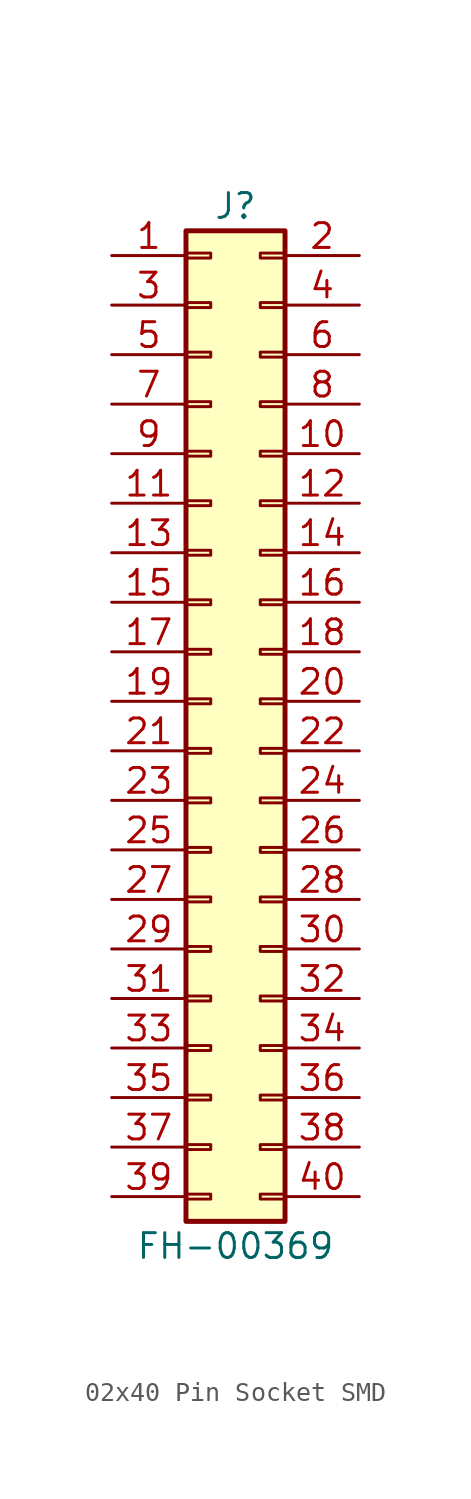
<source format=kicad_sym>
(kicad_symbol_lib
  (version 20231120)
  (generator "kicad_symbol_editor")
  (generator_version "8.0")
  (symbol "02x40 Pin Socket SMD"
    (pin_names
      (offset 1.016) hide)
    (property "Reference" "J"
      (at 1.27 25.4 0)
      (effects (font (size 1.27 1.27))))
    (property "Value" "FH-00369 "
      (at 1.27 -27.94 0)
      (effects (font (size 1.27 1.27))))
    (symbol "02x40 Pin Socket SMD_1_1"
      (rectangle (start -1.27 -25.273) (end 0 -25.527) (stroke (width 0.152) (type default)) (fill (type none)))
      (rectangle (start -1.27 -22.733) (end 0 -22.987) (stroke (width 0.152) (type default)) (fill (type none)))
      (rectangle (start -1.27 -20.193) (end 0 -20.447) (stroke (width 0.152) (type default)) (fill (type none)))
      (rectangle (start -1.27 -17.653) (end 0 -17.907) (stroke (width 0.152) (type default)) (fill (type none)))
      (rectangle (start -1.27 -15.113) (end 0 -15.367) (stroke (width 0.152) (type default)) (fill (type none)))
      (rectangle (start -1.27 -12.573) (end 0 -12.827) (stroke (width 0.152) (type default)) (fill (type none)))
      (rectangle (start -1.27 -10.033) (end 0 -10.287) (stroke (width 0.152) (type default)) (fill (type none)))
      (rectangle (start -1.27 -7.493) (end 0 -7.747) (stroke (width 0.152) (type default)) (fill (type none)))
      (rectangle (start -1.27 -4.953) (end 0 -5.207) (stroke (width 0.152) (type default)) (fill (type none)))
      (rectangle (start -1.27 -2.413) (end 0 -2.667) (stroke (width 0.152) (type default)) (fill (type none)))
      (rectangle (start -1.27 0.127) (end 0 -0.127) (stroke (width 0.152) (type default)) (fill (type none)))
      (rectangle (start -1.27 2.667) (end 0 2.413) (stroke (width 0.152) (type default)) (fill (type none)))
      (rectangle (start -1.27 5.207) (end 0 4.953) (stroke (width 0.152) (type default)) (fill (type none)))
      (rectangle (start -1.27 7.747) (end 0 7.493) (stroke (width 0.152) (type default)) (fill (type none)))
      (rectangle (start -1.27 10.287) (end 0 10.033) (stroke (width 0.152) (type default)) (fill (type none)))
      (rectangle (start -1.27 12.827) (end 0 12.573) (stroke (width 0.152) (type default)) (fill (type none)))
      (rectangle (start -1.27 15.367) (end 0 15.113) (stroke (width 0.152) (type default)) (fill (type none)))
      (rectangle (start -1.27 17.907) (end 0 17.653) (stroke (width 0.152) (type default)) (fill (type none)))
      (rectangle (start -1.27 20.447) (end 0 20.193) (stroke (width 0.152) (type default)) (fill (type none)))
      (rectangle (start -1.27 22.987) (end 0 22.733) (stroke (width 0.152) (type default)) (fill (type none)))
      (rectangle (start -1.27 24.13) (end 3.81 -26.67) (stroke (width 0.254) (type default)) (fill (type background)))
      (rectangle (start 3.81 -25.273) (end 2.54 -25.527) (stroke (width 0.152) (type default)) (fill (type none)))
      (rectangle (start 3.81 -22.733) (end 2.54 -22.987) (stroke (width 0.152) (type default)) (fill (type none)))
      (rectangle (start 3.81 -20.193) (end 2.54 -20.447) (stroke (width 0.152) (type default)) (fill (type none)))
      (rectangle (start 3.81 -17.653) (end 2.54 -17.907) (stroke (width 0.152) (type default)) (fill (type none)))
      (rectangle (start 3.81 -15.113) (end 2.54 -15.367) (stroke (width 0.152) (type default)) (fill (type none)))
      (rectangle (start 3.81 -12.573) (end 2.54 -12.827) (stroke (width 0.152) (type default)) (fill (type none)))
      (rectangle (start 3.81 -10.033) (end 2.54 -10.287) (stroke (width 0.152) (type default)) (fill (type none)))
      (rectangle (start 3.81 -7.493) (end 2.54 -7.747) (stroke (width 0.152) (type default)) (fill (type none)))
      (rectangle (start 3.81 -4.953) (end 2.54 -5.207) (stroke (width 0.152) (type default)) (fill (type none)))
      (rectangle (start 3.81 -2.413) (end 2.54 -2.667) (stroke (width 0.152) (type default)) (fill (type none)))
      (rectangle (start 3.81 0.127) (end 2.54 -0.127) (stroke (width 0.152) (type default)) (fill (type none)))
      (rectangle (start 3.81 2.667) (end 2.54 2.413) (stroke (width 0.152) (type default)) (fill (type none)))
      (rectangle (start 3.81 5.207) (end 2.54 4.953) (stroke (width 0.152) (type default)) (fill (type none)))
      (rectangle (start 3.81 7.747) (end 2.54 7.493) (stroke (width 0.152) (type default)) (fill (type none)))
      (rectangle (start 3.81 10.287) (end 2.54 10.033) (stroke (width 0.152) (type default)) (fill (type none)))
      (rectangle (start 3.81 12.827) (end 2.54 12.573) (stroke (width 0.152) (type default)) (fill (type none)))
      (rectangle (start 3.81 15.367) (end 2.54 15.113) (stroke (width 0.152) (type default)) (fill (type none)))
      (rectangle (start 3.81 17.907) (end 2.54 17.653) (stroke (width 0.152) (type default)) (fill (type none)))
      (rectangle (start 3.81 20.447) (end 2.54 20.193) (stroke (width 0.152) (type default)) (fill (type none)))
      (rectangle (start 3.81 22.987) (end 2.54 22.733) (stroke (width 0.152) (type default)) (fill (type none)))
      (pin passive line (at -5.08 22.86 0) (length 3.81) (name "Pin_1" (effects (font (size 1.27 1.27)))) (number "1" (effects (font (size 1.27 1.27)))))
      (pin passive line (at 7.62 12.7 180) (length 3.81) (name "Pin_10" (effects (font (size 1.27 1.27)))) (number "10" (effects (font (size 1.27 1.27)))))
      (pin passive line (at -5.08 10.16 0) (length 3.81) (name "Pin_11" (effects (font (size 1.27 1.27)))) (number "11" (effects (font (size 1.27 1.27)))))
      (pin passive line (at 7.62 10.16 180) (length 3.81) (name "Pin_12" (effects (font (size 1.27 1.27)))) (number "12" (effects (font (size 1.27 1.27)))))
      (pin passive line (at -5.08 7.62 0) (length 3.81) (name "Pin_13" (effects (font (size 1.27 1.27)))) (number "13" (effects (font (size 1.27 1.27)))))
      (pin passive line (at 7.62 7.62 180) (length 3.81) (name "Pin_14" (effects (font (size 1.27 1.27)))) (number "14" (effects (font (size 1.27 1.27)))))
      (pin passive line (at -5.08 5.08 0) (length 3.81) (name "Pin_15" (effects (font (size 1.27 1.27)))) (number "15" (effects (font (size 1.27 1.27)))))
      (pin passive line (at 7.62 5.08 180) (length 3.81) (name "Pin_16" (effects (font (size 1.27 1.27)))) (number "16" (effects (font (size 1.27 1.27)))))
      (pin passive line (at -5.08 2.54 0) (length 3.81) (name "Pin_17" (effects (font (size 1.27 1.27)))) (number "17" (effects (font (size 1.27 1.27)))))
      (pin passive line (at 7.62 2.54 180) (length 3.81) (name "Pin_18" (effects (font (size 1.27 1.27)))) (number "18" (effects (font (size 1.27 1.27)))))
      (pin passive line (at -5.08 0 0) (length 3.81) (name "Pin_19" (effects (font (size 1.27 1.27)))) (number "19" (effects (font (size 1.27 1.27)))))
      (pin passive line (at 7.62 22.86 180) (length 3.81) (name "Pin_2" (effects (font (size 1.27 1.27)))) (number "2" (effects (font (size 1.27 1.27)))))
      (pin passive line (at 7.62 0 180) (length 3.81) (name "Pin_20" (effects (font (size 1.27 1.27)))) (number "20" (effects (font (size 1.27 1.27)))))
      (pin passive line (at -5.08 -2.54 0) (length 3.81) (name "Pin_21" (effects (font (size 1.27 1.27)))) (number "21" (effects (font (size 1.27 1.27)))))
      (pin passive line (at 7.62 -2.54 180) (length 3.81) (name "Pin_22" (effects (font (size 1.27 1.27)))) (number "22" (effects (font (size 1.27 1.27)))))
      (pin passive line (at -5.08 -5.08 0) (length 3.81) (name "Pin_23" (effects (font (size 1.27 1.27)))) (number "23" (effects (font (size 1.27 1.27)))))
      (pin passive line (at 7.62 -5.08 180) (length 3.81) (name "Pin_24" (effects (font (size 1.27 1.27)))) (number "24" (effects (font (size 1.27 1.27)))))
      (pin passive line (at -5.08 -7.62 0) (length 3.81) (name "Pin_25" (effects (font (size 1.27 1.27)))) (number "25" (effects (font (size 1.27 1.27)))))
      (pin passive line (at 7.62 -7.62 180) (length 3.81) (name "Pin_26" (effects (font (size 1.27 1.27)))) (number "26" (effects (font (size 1.27 1.27)))))
      (pin passive line (at -5.08 -10.16 0) (length 3.81) (name "Pin_27" (effects (font (size 1.27 1.27)))) (number "27" (effects (font (size 1.27 1.27)))))
      (pin passive line (at 7.62 -10.16 180) (length 3.81) (name "Pin_28" (effects (font (size 1.27 1.27)))) (number "28" (effects (font (size 1.27 1.27)))))
      (pin passive line (at -5.08 -12.7 0) (length 3.81) (name "Pin_29" (effects (font (size 1.27 1.27)))) (number "29" (effects (font (size 1.27 1.27)))))
      (pin passive line (at -5.08 20.32 0) (length 3.81) (name "Pin_3" (effects (font (size 1.27 1.27)))) (number "3" (effects (font (size 1.27 1.27)))))
      (pin passive line (at 7.62 -12.7 180) (length 3.81) (name "Pin_30" (effects (font (size 1.27 1.27)))) (number "30" (effects (font (size 1.27 1.27)))))
      (pin passive line (at -5.08 -15.24 0) (length 3.81) (name "Pin_31" (effects (font (size 1.27 1.27)))) (number "31" (effects (font (size 1.27 1.27)))))
      (pin passive line (at 7.62 -15.24 180) (length 3.81) (name "Pin_32" (effects (font (size 1.27 1.27)))) (number "32" (effects (font (size 1.27 1.27)))))
      (pin passive line (at -5.08 -17.78 0) (length 3.81) (name "Pin_33" (effects (font (size 1.27 1.27)))) (number "33" (effects (font (size 1.27 1.27)))))
      (pin passive line (at 7.62 -17.78 180) (length 3.81) (name "Pin_34" (effects (font (size 1.27 1.27)))) (number "34" (effects (font (size 1.27 1.27)))))
      (pin passive line (at -5.08 -20.32 0) (length 3.81) (name "Pin_35" (effects (font (size 1.27 1.27)))) (number "35" (effects (font (size 1.27 1.27)))))
      (pin passive line (at 7.62 -20.32 180) (length 3.81) (name "Pin_36" (effects (font (size 1.27 1.27)))) (number "36" (effects (font (size 1.27 1.27)))))
      (pin passive line (at -5.08 -22.86 0) (length 3.81) (name "Pin_37" (effects (font (size 1.27 1.27)))) (number "37" (effects (font (size 1.27 1.27)))))
      (pin passive line (at 7.62 -22.86 180) (length 3.81) (name "Pin_38" (effects (font (size 1.27 1.27)))) (number "38" (effects (font (size 1.27 1.27)))))
      (pin passive line (at -5.08 -25.4 0) (length 3.81) (name "Pin_39" (effects (font (size 1.27 1.27)))) (number "39" (effects (font (size 1.27 1.27)))))
      (pin passive line (at 7.62 20.32 180) (length 3.81) (name "Pin_4" (effects (font (size 1.27 1.27)))) (number "4" (effects (font (size 1.27 1.27)))))
      (pin passive line (at 7.62 -25.4 180) (length 3.81) (name "Pin_40" (effects (font (size 1.27 1.27)))) (number "40" (effects (font (size 1.27 1.27)))))
      (pin passive line (at -5.08 17.78 0) (length 3.81) (name "Pin_5" (effects (font (size 1.27 1.27)))) (number "5" (effects (font (size 1.27 1.27)))))
      (pin passive line (at 7.62 17.78 180) (length 3.81) (name "Pin_6" (effects (font (size 1.27 1.27)))) (number "6" (effects (font (size 1.27 1.27)))))
      (pin passive line (at -5.08 15.24 0) (length 3.81) (name "Pin_7" (effects (font (size 1.27 1.27)))) (number "7" (effects (font (size 1.27 1.27)))))
      (pin passive line (at 7.62 15.24 180) (length 3.81) (name "Pin_8" (effects (font (size 1.27 1.27)))) (number "8" (effects (font (size 1.27 1.27)))))
      (pin passive line (at -5.08 12.7 0) (length 3.81) (name "Pin_9" (effects (font (size 1.27 1.27)))) (number "9" (effects (font (size 1.27 1.27))))))))
</source>
